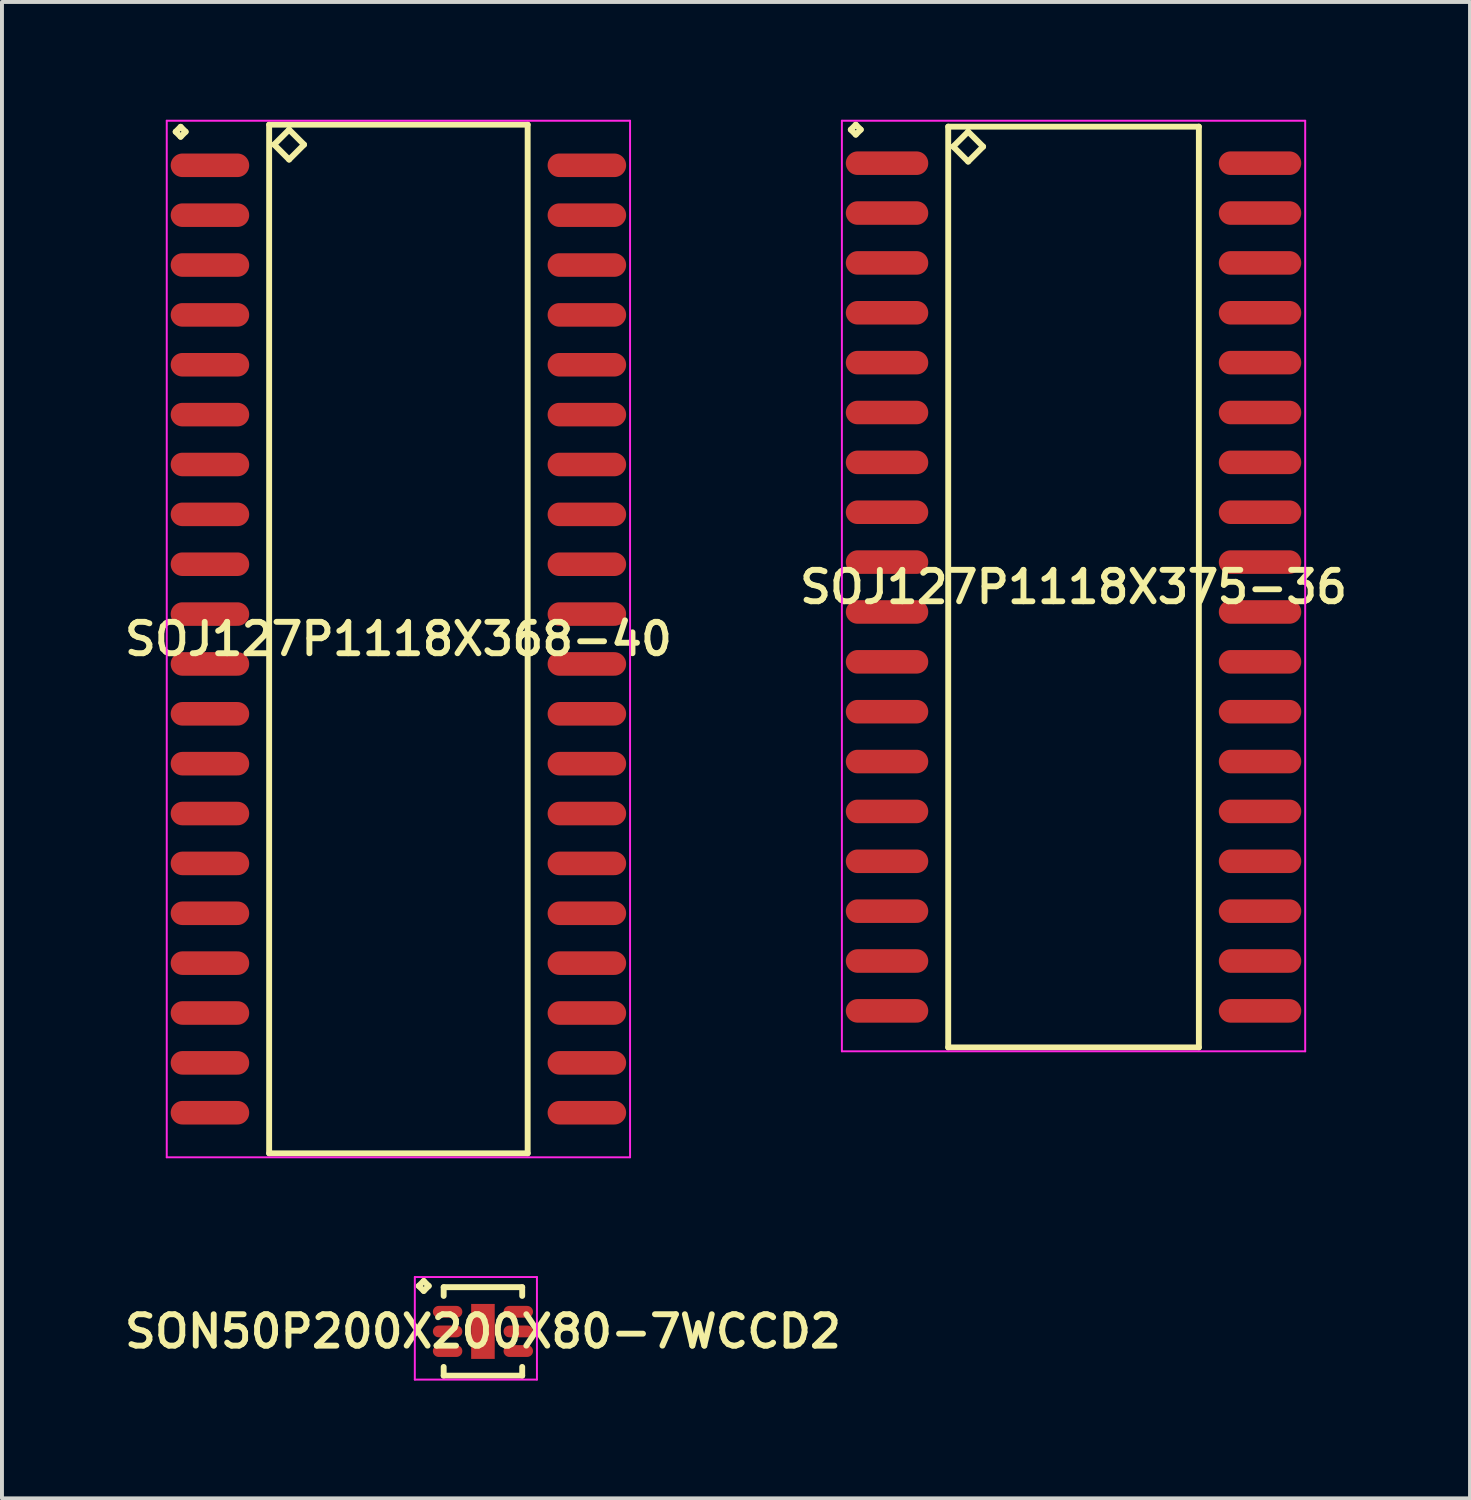
<source format=kicad_pcb>
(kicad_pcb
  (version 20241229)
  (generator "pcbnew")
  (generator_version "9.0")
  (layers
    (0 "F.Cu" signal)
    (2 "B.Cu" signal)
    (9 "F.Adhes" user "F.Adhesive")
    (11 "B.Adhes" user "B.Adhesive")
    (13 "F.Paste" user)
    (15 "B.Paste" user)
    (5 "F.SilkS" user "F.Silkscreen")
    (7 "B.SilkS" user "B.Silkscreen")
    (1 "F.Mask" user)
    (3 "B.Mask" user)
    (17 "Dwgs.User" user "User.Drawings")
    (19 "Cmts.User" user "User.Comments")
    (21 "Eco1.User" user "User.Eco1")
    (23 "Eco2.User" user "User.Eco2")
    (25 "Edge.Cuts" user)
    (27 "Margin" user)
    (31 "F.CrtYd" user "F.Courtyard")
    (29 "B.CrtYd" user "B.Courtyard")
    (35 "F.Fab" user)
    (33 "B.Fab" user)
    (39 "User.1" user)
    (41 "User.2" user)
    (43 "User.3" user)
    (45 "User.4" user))
  (footprint "SOJ127P1118X375-36"
    (layer "F.Cu")
    (at 24.292 11.901)
    (property "Reference" "SOJ127P1118X375-36" (at 0 0 0) (layer "F.SilkS") (effects (font (size 0.8 0.8) (thickness 0.15))))
    (attr smd)
    (fp_line (start -5.673 -11.649) (end -5.546 -11.776) (stroke (width 0.15) (type solid)) (layer "F.SilkS"))
    (fp_line (start -5.546 -11.776) (end -5.419 -11.649) (stroke (width 0.15) (type solid)) (layer "F.SilkS"))
    (fp_line (start -5.546 -11.522) (end -5.673 -11.649) (stroke (width 0.15) (type solid)) (layer "F.SilkS"))
    (fp_line (start -5.419 -11.649) (end -5.546 -11.522) (stroke (width 0.15) (type solid)) (layer "F.SilkS"))
    (fp_line (start -3.192 -11.725) (end -3.192 11.725) (stroke (width 0.15) (type solid)) (layer "F.SilkS"))
    (fp_line (start -3.192 11.725) (end 3.192 11.725) (stroke (width 0.15) (type solid)) (layer "F.SilkS"))
    (fp_line (start -3.065 -11.217) (end -2.684 -11.598) (stroke (width 0.15) (type solid)) (layer "F.SilkS"))
    (fp_line (start -2.684 -11.598) (end -2.303 -11.217) (stroke (width 0.15) (type solid)) (layer "F.SilkS"))
    (fp_line (start -2.684 -10.836) (end -3.065 -11.217) (stroke (width 0.15) (type solid)) (layer "F.SilkS"))
    (fp_line (start -2.303 -11.217) (end -2.684 -10.836) (stroke (width 0.15) (type solid)) (layer "F.SilkS"))
    (fp_line (start 3.192 -11.725) (end -3.192 -11.725) (stroke (width 0.15) (type solid)) (layer "F.SilkS"))
    (fp_line (start 3.192 11.725) (end 3.192 -11.725) (stroke (width 0.15) (type solid)) (layer "F.SilkS"))
    (fp_line (start -5.9 -11.876) (end 5.9 -11.876) (stroke (width 0.05) (type solid)) (layer "F.CrtYd"))
    (fp_line (start -5.9 11.825) (end -5.9 -11.876) (stroke (width 0.05) (type solid)) (layer "F.CrtYd"))
    (fp_line (start 5.9 -11.876) (end 5.9 11.825) (stroke (width 0.05) (type solid)) (layer "F.CrtYd"))
    (fp_line (start 5.9 11.825) (end -5.9 11.825) (stroke (width 0.05) (type solid)) (layer "F.CrtYd"))
    (pad "1" smd oval (at -4.75 -10.795) (size 2.1 0.6) (layers "F.Cu" "F.Mask" "F.Paste"))
    (pad "2" smd oval (at -4.75 -9.525) (size 2.1 0.6) (layers "F.Cu" "F.Mask" "F.Paste"))
    (pad "3" smd oval (at -4.75 -8.255) (size 2.1 0.6) (layers "F.Cu" "F.Mask" "F.Paste"))
    (pad "4" smd oval (at -4.75 -6.985) (size 2.1 0.6) (layers "F.Cu" "F.Mask" "F.Paste"))
    (pad "5" smd oval (at -4.75 -5.715) (size 2.1 0.6) (layers "F.Cu" "F.Mask" "F.Paste"))
    (pad "6" smd oval (at -4.75 -4.445) (size 2.1 0.6) (layers "F.Cu" "F.Mask" "F.Paste"))
    (pad "7" smd oval (at -4.75 -3.175) (size 2.1 0.6) (layers "F.Cu" "F.Mask" "F.Paste"))
    (pad "8" smd oval (at -4.75 -1.905) (size 2.1 0.6) (layers "F.Cu" "F.Mask" "F.Paste"))
    (pad "9" smd oval (at -4.75 -0.635) (size 2.1 0.6) (layers "F.Cu" "F.Mask" "F.Paste"))
    (pad "10" smd oval (at -4.75 0.635) (size 2.1 0.6) (layers "F.Cu" "F.Mask" "F.Paste"))
    (pad "11" smd oval (at -4.75 1.905) (size 2.1 0.6) (layers "F.Cu" "F.Mask" "F.Paste"))
    (pad "12" smd oval (at -4.75 3.175) (size 2.1 0.6) (layers "F.Cu" "F.Mask" "F.Paste"))
    (pad "13" smd oval (at -4.75 4.445) (size 2.1 0.6) (layers "F.Cu" "F.Mask" "F.Paste"))
    (pad "14" smd oval (at -4.75 5.715) (size 2.1 0.6) (layers "F.Cu" "F.Mask" "F.Paste"))
    (pad "15" smd oval (at -4.75 6.985) (size 2.1 0.6) (layers "F.Cu" "F.Mask" "F.Paste"))
    (pad "16" smd oval (at -4.75 8.255) (size 2.1 0.6) (layers "F.Cu" "F.Mask" "F.Paste"))
    (pad "17" smd oval (at -4.75 9.525) (size 2.1 0.6) (layers "F.Cu" "F.Mask" "F.Paste"))
    (pad "18" smd oval (at -4.75 10.795) (size 2.1 0.6) (layers "F.Cu" "F.Mask" "F.Paste"))
    (pad "19" smd oval (at 4.75 10.795) (size 2.1 0.6) (layers "F.Cu" "F.Mask" "F.Paste"))
    (pad "20" smd oval (at 4.75 9.525) (size 2.1 0.6) (layers "F.Cu" "F.Mask" "F.Paste"))
    (pad "21" smd oval (at 4.75 8.255) (size 2.1 0.6) (layers "F.Cu" "F.Mask" "F.Paste"))
    (pad "22" smd oval (at 4.75 6.985) (size 2.1 0.6) (layers "F.Cu" "F.Mask" "F.Paste"))
    (pad "23" smd oval (at 4.75 5.715) (size 2.1 0.6) (layers "F.Cu" "F.Mask" "F.Paste"))
    (pad "24" smd oval (at 4.75 4.445) (size 2.1 0.6) (layers "F.Cu" "F.Mask" "F.Paste"))
    (pad "25" smd oval (at 4.75 3.175) (size 2.1 0.6) (layers "F.Cu" "F.Mask" "F.Paste"))
    (pad "26" smd oval (at 4.75 1.905) (size 2.1 0.6) (layers "F.Cu" "F.Mask" "F.Paste"))
    (pad "27" smd oval (at 4.75 0.635) (size 2.1 0.6) (layers "F.Cu" "F.Mask" "F.Paste"))
    (pad "28" smd oval (at 4.75 -0.635) (size 2.1 0.6) (layers "F.Cu" "F.Mask" "F.Paste"))
    (pad "29" smd oval (at 4.75 -1.905) (size 2.1 0.6) (layers "F.Cu" "F.Mask" "F.Paste"))
    (pad "30" smd oval (at 4.75 -3.175) (size 2.1 0.6) (layers "F.Cu" "F.Mask" "F.Paste"))
    (pad "31" smd oval (at 4.75 -4.445) (size 2.1 0.6) (layers "F.Cu" "F.Mask" "F.Paste"))
    (pad "32" smd oval (at 4.75 -5.715) (size 2.1 0.6) (layers "F.Cu" "F.Mask" "F.Paste"))
    (pad "33" smd oval (at 4.75 -6.985) (size 2.1 0.6) (layers "F.Cu" "F.Mask" "F.Paste"))
    (pad "34" smd oval (at 4.75 -8.255) (size 2.1 0.6) (layers "F.Cu" "F.Mask" "F.Paste"))
    (pad "35" smd oval (at 4.75 -9.525) (size 2.1 0.6) (layers "F.Cu" "F.Mask" "F.Paste"))
    (pad "36" smd oval (at 4.75 -10.795) (size 2.1 0.6) (layers "F.Cu" "F.Mask" "F.Paste")))
  (footprint "SON50P200X200X80-7WCCD2"
    (layer "F.Cu")
    (at 9.25 30.86)
    (property "Reference" "SON50P200X200X80-7WCCD2" (at 0 0 0) (layer "F.SilkS") (effects (font (size 0.8 0.8) (thickness 0.15))))
    (attr smd)
    (fp_line (start -1.635 -1.158) (end -1.508 -1.285) (stroke (width 0.15) (type solid)) (layer "F.SilkS"))
    (fp_line (start -1.508 -1.285) (end -1.381 -1.158) (stroke (width 0.15) (type solid)) (layer "F.SilkS"))
    (fp_line (start -1.508 -1.031) (end -1.635 -1.158) (stroke (width 0.15) (type solid)) (layer "F.SilkS"))
    (fp_line (start -1.381 -1.158) (end -1.508 -1.031) (stroke (width 0.15) (type solid)) (layer "F.SilkS"))
    (fp_line (start -1 -1.127) (end 1 -1.127) (stroke (width 0.15) (type solid)) (layer "F.SilkS"))
    (fp_line (start -1 -0.904) (end -1 -1.127) (stroke (width 0.15) (type solid)) (layer "F.SilkS"))
    (fp_line (start -1 0.904) (end -1 1.127) (stroke (width 0.15) (type solid)) (layer "F.SilkS"))
    (fp_line (start -1 1.127) (end 1 1.127) (stroke (width 0.15) (type solid)) (layer "F.SilkS"))
    (fp_line (start 1 -1.127) (end 1 -0.904) (stroke (width 0.15) (type solid)) (layer "F.SilkS"))
    (fp_line (start 1 1.127) (end 1 0.904) (stroke (width 0.15) (type solid)) (layer "F.SilkS"))
    (fp_line (start -1.735 -1.385) (end 1.375 -1.385) (stroke (width 0.05) (type solid)) (layer "F.CrtYd"))
    (fp_line (start -1.735 1.227) (end -1.735 -1.385) (stroke (width 0.05) (type solid)) (layer "F.CrtYd"))
    (fp_line (start 1.375 -1.385) (end 1.375 1.227) (stroke (width 0.05) (type solid)) (layer "F.CrtYd"))
    (fp_line (start 1.375 1.227) (end -1.735 1.227) (stroke (width 0.05) (type solid)) (layer "F.CrtYd"))
    (pad "1" smd oval (at -0.9 -0.5) (size 0.75 0.3) (layers "F.Cu" "F.Mask" "F.Paste"))
    (pad "2" smd oval (at -0.9 0) (size 0.75 0.3) (layers "F.Cu" "F.Mask" "F.Paste"))
    (pad "3" smd oval (at -0.9 0.5) (size 0.75 0.3) (layers "F.Cu" "F.Mask" "F.Paste"))
    (pad "4" smd oval (at 0.9 0.5) (size 0.75 0.3) (layers "F.Cu" "F.Mask" "F.Paste"))
    (pad "5" smd oval (at 0.9 0) (size 0.75 0.3) (layers "F.Cu" "F.Mask" "F.Paste"))
    (pad "6" smd oval (at 0.9 -0.5) (size 0.75 0.3) (layers "F.Cu" "F.Mask" "F.Paste"))
    (pad "7" smd rect (at 0 0) (size 0.6 1.4) (layers "F.Cu" "F.Mask" "F.Paste")))
  (footprint "SOJ127P1118X368-40"
    (layer "F.Cu")
    (at 7.097 13.225)
    (property "Reference" "SOJ127P1118X368-40" (at 0 0 0) (layer "F.SilkS") (effects (font (size 0.8 0.8) (thickness 0.15))))
    (attr smd)
    (fp_line (start -5.673 -12.919) (end -5.546 -13.046) (stroke (width 0.15) (type solid)) (layer "F.SilkS"))
    (fp_line (start -5.546 -13.046) (end -5.419 -12.919) (stroke (width 0.15) (type solid)) (layer "F.SilkS"))
    (fp_line (start -5.546 -12.792) (end -5.673 -12.919) (stroke (width 0.15) (type solid)) (layer "F.SilkS"))
    (fp_line (start -5.419 -12.919) (end -5.546 -12.792) (stroke (width 0.15) (type solid)) (layer "F.SilkS"))
    (fp_line (start -3.292 -13.1) (end -3.292 13.1) (stroke (width 0.15) (type solid)) (layer "F.SilkS"))
    (fp_line (start -3.292 13.1) (end 3.292 13.1) (stroke (width 0.15) (type solid)) (layer "F.SilkS"))
    (fp_line (start -3.165 -12.592) (end -2.784 -12.973) (stroke (width 0.15) (type solid)) (layer "F.SilkS"))
    (fp_line (start -2.784 -12.973) (end -2.403 -12.592) (stroke (width 0.15) (type solid)) (layer "F.SilkS"))
    (fp_line (start -2.784 -12.211) (end -3.165 -12.592) (stroke (width 0.15) (type solid)) (layer "F.SilkS"))
    (fp_line (start -2.403 -12.592) (end -2.784 -12.211) (stroke (width 0.15) (type solid)) (layer "F.SilkS"))
    (fp_line (start 3.292 -13.1) (end -3.292 -13.1) (stroke (width 0.15) (type solid)) (layer "F.SilkS"))
    (fp_line (start 3.292 13.1) (end 3.292 -13.1) (stroke (width 0.15) (type solid)) (layer "F.SilkS"))
    (fp_line (start -5.9 -13.2) (end 5.9 -13.2) (stroke (width 0.05) (type solid)) (layer "F.CrtYd"))
    (fp_line (start -5.9 13.2) (end -5.9 -13.2) (stroke (width 0.05) (type solid)) (layer "F.CrtYd"))
    (fp_line (start 5.9 -13.2) (end 5.9 13.2) (stroke (width 0.05) (type solid)) (layer "F.CrtYd"))
    (fp_line (start 5.9 13.2) (end -5.9 13.2) (stroke (width 0.05) (type solid)) (layer "F.CrtYd"))
    (pad "1" smd oval (at -4.8 -12.065) (size 2 0.6) (layers "F.Cu" "F.Mask" "F.Paste"))
    (pad "2" smd oval (at -4.8 -10.795) (size 2 0.6) (layers "F.Cu" "F.Mask" "F.Paste"))
    (pad "3" smd oval (at -4.8 -9.525) (size 2 0.6) (layers "F.Cu" "F.Mask" "F.Paste"))
    (pad "4" smd oval (at -4.8 -8.255) (size 2 0.6) (layers "F.Cu" "F.Mask" "F.Paste"))
    (pad "5" smd oval (at -4.8 -6.985) (size 2 0.6) (layers "F.Cu" "F.Mask" "F.Paste"))
    (pad "6" smd oval (at -4.8 -5.715) (size 2 0.6) (layers "F.Cu" "F.Mask" "F.Paste"))
    (pad "7" smd oval (at -4.8 -4.445) (size 2 0.6) (layers "F.Cu" "F.Mask" "F.Paste"))
    (pad "8" smd oval (at -4.8 -3.175) (size 2 0.6) (layers "F.Cu" "F.Mask" "F.Paste"))
    (pad "9" smd oval (at -4.8 -1.905) (size 2 0.6) (layers "F.Cu" "F.Mask" "F.Paste"))
    (pad "10" smd oval (at -4.8 -0.635) (size 2 0.6) (layers "F.Cu" "F.Mask" "F.Paste"))
    (pad "11" smd oval (at -4.8 0.635) (size 2 0.6) (layers "F.Cu" "F.Mask" "F.Paste"))
    (pad "12" smd oval (at -4.8 1.905) (size 2 0.6) (layers "F.Cu" "F.Mask" "F.Paste"))
    (pad "13" smd oval (at -4.8 3.175) (size 2 0.6) (layers "F.Cu" "F.Mask" "F.Paste"))
    (pad "14" smd oval (at -4.8 4.445) (size 2 0.6) (layers "F.Cu" "F.Mask" "F.Paste"))
    (pad "15" smd oval (at -4.8 5.715) (size 2 0.6) (layers "F.Cu" "F.Mask" "F.Paste"))
    (pad "16" smd oval (at -4.8 6.985) (size 2 0.6) (layers "F.Cu" "F.Mask" "F.Paste"))
    (pad "17" smd oval (at -4.8 8.255) (size 2 0.6) (layers "F.Cu" "F.Mask" "F.Paste"))
    (pad "18" smd oval (at -4.8 9.525) (size 2 0.6) (layers "F.Cu" "F.Mask" "F.Paste"))
    (pad "19" smd oval (at -4.8 10.795) (size 2 0.6) (layers "F.Cu" "F.Mask" "F.Paste"))
    (pad "20" smd oval (at -4.8 12.065) (size 2 0.6) (layers "F.Cu" "F.Mask" "F.Paste"))
    (pad "21" smd oval (at 4.8 12.065) (size 2 0.6) (layers "F.Cu" "F.Mask" "F.Paste"))
    (pad "22" smd oval (at 4.8 10.795) (size 2 0.6) (layers "F.Cu" "F.Mask" "F.Paste"))
    (pad "23" smd oval (at 4.8 9.525) (size 2 0.6) (layers "F.Cu" "F.Mask" "F.Paste"))
    (pad "24" smd oval (at 4.8 8.255) (size 2 0.6) (layers "F.Cu" "F.Mask" "F.Paste"))
    (pad "25" smd oval (at 4.8 6.985) (size 2 0.6) (layers "F.Cu" "F.Mask" "F.Paste"))
    (pad "26" smd oval (at 4.8 5.715) (size 2 0.6) (layers "F.Cu" "F.Mask" "F.Paste"))
    (pad "27" smd oval (at 4.8 4.445) (size 2 0.6) (layers "F.Cu" "F.Mask" "F.Paste"))
    (pad "28" smd oval (at 4.8 3.175) (size 2 0.6) (layers "F.Cu" "F.Mask" "F.Paste"))
    (pad "29" smd oval (at 4.8 1.905) (size 2 0.6) (layers "F.Cu" "F.Mask" "F.Paste"))
    (pad "30" smd oval (at 4.8 0.635) (size 2 0.6) (layers "F.Cu" "F.Mask" "F.Paste"))
    (pad "31" smd oval (at 4.8 -0.635) (size 2 0.6) (layers "F.Cu" "F.Mask" "F.Paste"))
    (pad "32" smd oval (at 4.8 -1.905) (size 2 0.6) (layers "F.Cu" "F.Mask" "F.Paste"))
    (pad "33" smd oval (at 4.8 -3.175) (size 2 0.6) (layers "F.Cu" "F.Mask" "F.Paste"))
    (pad "34" smd oval (at 4.8 -4.445) (size 2 0.6) (layers "F.Cu" "F.Mask" "F.Paste"))
    (pad "35" smd oval (at 4.8 -5.715) (size 2 0.6) (layers "F.Cu" "F.Mask" "F.Paste"))
    (pad "36" smd oval (at 4.8 -6.985) (size 2 0.6) (layers "F.Cu" "F.Mask" "F.Paste"))
    (pad "37" smd oval (at 4.8 -8.255) (size 2 0.6) (layers "F.Cu" "F.Mask" "F.Paste"))
    (pad "38" smd oval (at 4.8 -9.525) (size 2 0.6) (layers "F.Cu" "F.Mask" "F.Paste"))
    (pad "39" smd oval (at 4.8 -10.795) (size 2 0.6) (layers "F.Cu" "F.Mask" "F.Paste"))
    (pad "40" smd oval (at 4.8 -12.065) (size 2 0.6) (layers "F.Cu" "F.Mask" "F.Paste")))
  (gr_rect
    (start -3 -3)
    (end 34.39 35.112)
    (stroke (width 0.1) (type default))
    (fill no)
    (layer "Edge.Cuts")))
</source>
